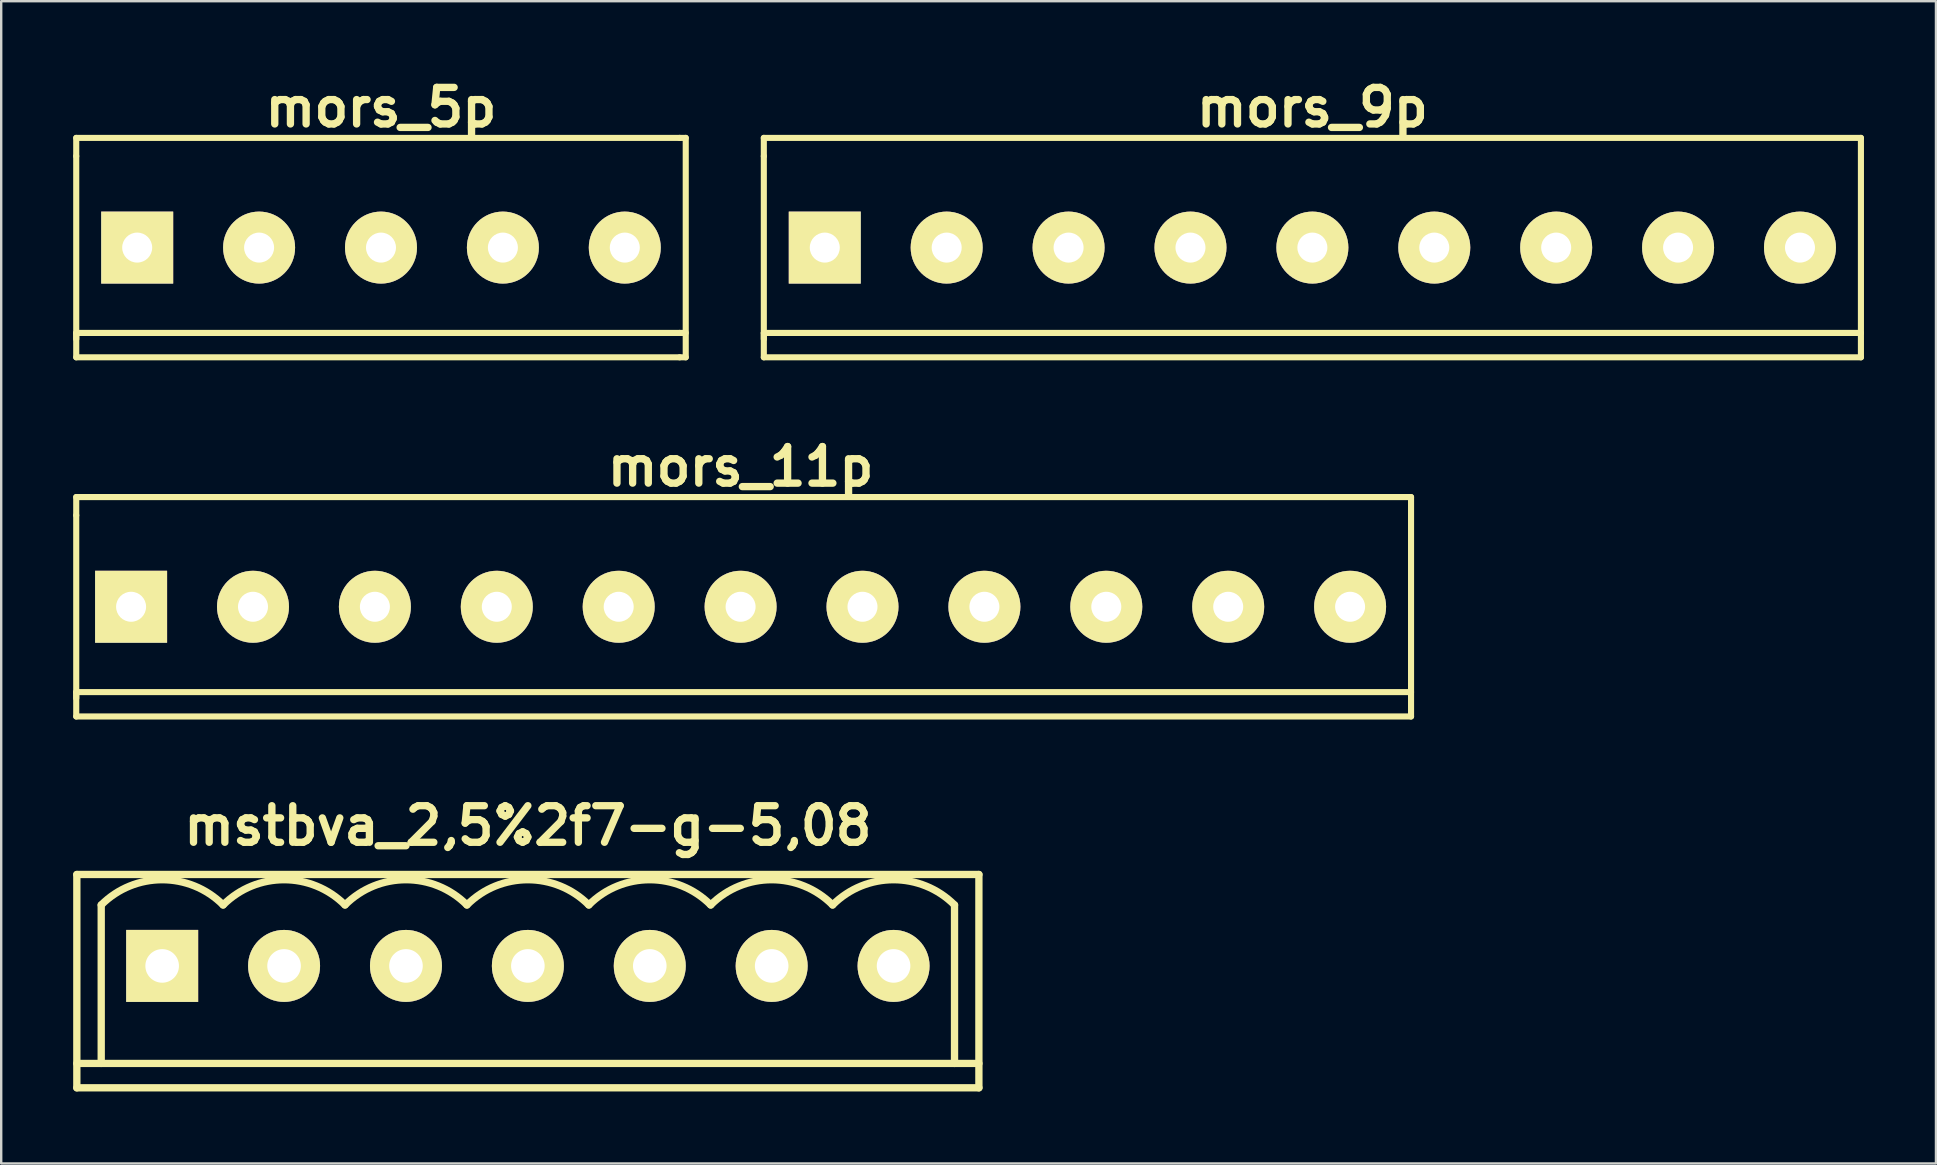
<source format=kicad_pcb>
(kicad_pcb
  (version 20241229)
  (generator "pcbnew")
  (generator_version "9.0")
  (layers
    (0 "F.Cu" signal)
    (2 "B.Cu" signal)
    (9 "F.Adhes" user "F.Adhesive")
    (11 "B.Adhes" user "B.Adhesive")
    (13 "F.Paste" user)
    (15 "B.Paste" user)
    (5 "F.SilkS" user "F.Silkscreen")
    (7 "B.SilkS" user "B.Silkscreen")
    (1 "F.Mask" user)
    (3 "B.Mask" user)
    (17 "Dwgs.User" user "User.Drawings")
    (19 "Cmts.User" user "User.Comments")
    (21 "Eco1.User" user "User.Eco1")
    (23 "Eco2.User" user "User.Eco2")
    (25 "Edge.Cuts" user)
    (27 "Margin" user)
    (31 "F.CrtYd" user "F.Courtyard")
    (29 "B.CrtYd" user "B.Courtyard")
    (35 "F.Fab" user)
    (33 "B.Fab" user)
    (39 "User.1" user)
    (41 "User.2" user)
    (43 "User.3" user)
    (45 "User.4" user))
  (footprint "mstbva_2,5%2f7-g-5,08"
    (layer "F.Cu")
    (at 18.948 37.203)
    (property "Reference" "mstbva_2,5%2f7-g-5,08" (at 0 -5.842 0) (layer "F.SilkS") (effects (font (size 1.524 1.524) (thickness 0.305))))
    (attr through_hole)
    (fp_line (start -18.796 -3.81) (end -18.796 5.08) (stroke (width 0.305) (type solid)) (layer "F.SilkS"))
    (fp_line (start -18.796 4.064) (end 18.796 4.064) (stroke (width 0.305) (type solid)) (layer "F.SilkS"))
    (fp_line (start -17.78 -2.54) (end -17.78 4.064) (stroke (width 0.305) (type solid)) (layer "F.SilkS"))
    (fp_line (start 17.78 -2.54) (end 17.78 4.064) (stroke (width 0.305) (type solid)) (layer "F.SilkS"))
    (fp_line (start 18.796 -3.81) (end -18.796 -3.81) (stroke (width 0.305) (type solid)) (layer "F.SilkS"))
    (fp_line (start 18.796 5.08) (end -18.796 5.08) (stroke (width 0.305) (type solid)) (layer "F.SilkS"))
    (fp_line (start 18.796 5.08) (end 18.796 -3.81) (stroke (width 0.305) (type solid)) (layer "F.SilkS"))
    (fp_arc (start -17.78 -2.54) (mid -15.24 -3.592102) (end -12.7 -2.54) (stroke (width 0.3048) (type solid)) (layer "F.SilkS"))
    (fp_arc (start -12.7 -2.54) (mid -10.16 -3.592102) (end -7.62 -2.54) (stroke (width 0.3048) (type solid)) (layer "F.SilkS"))
    (fp_arc (start -7.62 -2.54) (mid -5.08 -3.592102) (end -2.54 -2.54) (stroke (width 0.3048) (type solid)) (layer "F.SilkS"))
    (fp_arc (start -2.54 -2.54) (mid 0 -3.592102) (end 2.54 -2.54) (stroke (width 0.3048) (type solid)) (layer "F.SilkS"))
    (fp_arc (start 2.54 -2.54) (mid 5.08 -3.592102) (end 7.62 -2.54) (stroke (width 0.3048) (type solid)) (layer "F.SilkS"))
    (fp_arc (start 7.62 -2.54) (mid 10.16 -3.592102) (end 12.7 -2.54) (stroke (width 0.3048) (type solid)) (layer "F.SilkS"))
    (fp_arc (start 12.7 -2.54) (mid 15.24 -3.592102) (end 17.78 -2.54) (stroke (width 0.3048) (type solid)) (layer "F.SilkS"))
    (pad "1" thru_hole rect (at -15.24 0) (size 3 3) (drill 1.4) (layers "*.Cu" "*.Mask" "F.SilkS"))
    (pad "2" thru_hole circle (at -10.16 0) (size 3 3) (drill 1.4) (layers "*.Cu" "*.Mask" "F.SilkS"))
    (pad "3" thru_hole circle (at -5.08 0) (size 3 3) (drill 1.4) (layers "*.Cu" "*.Mask" "F.SilkS"))
    (pad "4" thru_hole circle (at 0 0) (size 3 3) (drill 1.4) (layers "*.Cu" "*.Mask" "F.SilkS"))
    (pad "5" thru_hole circle (at 5.08 0) (size 3 3) (drill 1.4) (layers "*.Cu" "*.Mask" "F.SilkS"))
    (pad "6" thru_hole circle (at 10.16 0) (size 3 3) (drill 1.4) (layers "*.Cu" "*.Mask" "F.SilkS"))
    (pad "7" thru_hole circle (at 15.24 0) (size 3 3) (drill 1.4) (layers "*.Cu" "*.Mask" "F.SilkS")))
  (footprint "mors_9p"
    (layer "F.Cu")
    (at 51.641 7.268)
    (property "Reference" "mors_9p" (at 0 -5.842 0) (layer "F.SilkS") (effects (font (size 1.524 1.524) (thickness 0.305))))
    (attr through_hole)
    (fp_line (start -22.86 -4.572) (end -22.86 -3.81) (stroke (width 0.254) (type solid)) (layer "F.SilkS"))
    (fp_line (start -22.86 3.81) (end -22.86 -3.81) (stroke (width 0.254) (type solid)) (layer "F.SilkS"))
    (fp_line (start -22.86 4.572) (end -22.86 3.556) (stroke (width 0.254) (type solid)) (layer "F.SilkS"))
    (fp_line (start -22.86 4.572) (end 22.86 4.572) (stroke (width 0.254) (type solid)) (layer "F.SilkS"))
    (fp_line (start 22.86 -4.572) (end -22.86 -4.572) (stroke (width 0.254) (type solid)) (layer "F.SilkS"))
    (fp_line (start 22.86 -4.572) (end 22.86 4.572) (stroke (width 0.254) (type solid)) (layer "F.SilkS"))
    (fp_line (start 22.86 3.556) (end -22.86 3.556) (stroke (width 0.254) (type solid)) (layer "F.SilkS"))
    (pad "1" thru_hole rect (at -20.32 0) (size 3 3) (drill 1.25) (layers "*.Cu" "*.Mask" "F.SilkS"))
    (pad "2" thru_hole circle (at -15.24 0) (size 3 3) (drill 1.25) (layers "*.Cu" "*.Mask" "F.SilkS"))
    (pad "3" thru_hole circle (at -10.16 0) (size 3 3) (drill 1.25) (layers "*.Cu" "*.Mask" "F.SilkS"))
    (pad "4" thru_hole circle (at -5.08 0) (size 3 3) (drill 1.25) (layers "*.Cu" "*.Mask" "F.SilkS"))
    (pad "5" thru_hole circle (at 0 0) (size 3 3) (drill 1.25) (layers "*.Cu" "*.Mask" "F.SilkS"))
    (pad "6" thru_hole circle (at 5.08 0) (size 3 3) (drill 1.25) (layers "*.Cu" "*.Mask" "F.SilkS"))
    (pad "7" thru_hole circle (at 10.16 0) (size 3 3) (drill 1.25) (layers "*.Cu" "*.Mask" "F.SilkS"))
    (pad "8" thru_hole circle (at 15.24 0) (size 3 3) (drill 1.25) (layers "*.Cu" "*.Mask" "F.SilkS"))
    (pad "9" thru_hole circle (at 20.32 0) (size 3 3) (drill 1.25) (layers "*.Cu" "*.Mask" "F.SilkS")))
  (footprint "mors_5p"
    (layer "F.Cu")
    (at 12.827 7.268)
    (property "Reference" "mors_5p" (at 0 -5.842 0) (layer "F.SilkS") (effects (font (size 1.524 1.524) (thickness 0.305))))
    (attr through_hole)
    (fp_line (start -12.7 -4.572) (end -12.7 -3.81) (stroke (width 0.254) (type solid)) (layer "F.SilkS"))
    (fp_line (start -12.7 -4.572) (end 12.446 -4.572) (stroke (width 0.254) (type solid)) (layer "F.SilkS"))
    (fp_line (start -12.7 3.81) (end -12.7 -3.81) (stroke (width 0.254) (type solid)) (layer "F.SilkS"))
    (fp_line (start -12.7 4.572) (end -12.7 3.556) (stroke (width 0.254) (type solid)) (layer "F.SilkS"))
    (fp_line (start 12.446 3.556) (end -12.7 3.556) (stroke (width 0.254) (type solid)) (layer "F.SilkS"))
    (fp_line (start 12.446 4.572) (end -12.7 4.572) (stroke (width 0.254) (type solid)) (layer "F.SilkS"))
    (fp_line (start 12.7 -4.572) (end 12.446 -4.572) (stroke (width 0.254) (type solid)) (layer "F.SilkS"))
    (fp_line (start 12.7 -4.572) (end 12.7 4.572) (stroke (width 0.254) (type solid)) (layer "F.SilkS"))
    (fp_line (start 12.7 3.556) (end 12.446 3.556) (stroke (width 0.254) (type solid)) (layer "F.SilkS"))
    (fp_line (start 12.7 4.572) (end 12.446 4.572) (stroke (width 0.254) (type solid)) (layer "F.SilkS"))
    (pad "1" thru_hole rect (at -10.16 0) (size 3 3) (drill 1.25) (layers "*.Cu" "*.Mask" "F.SilkS"))
    (pad "2" thru_hole circle (at -5.08 0) (size 3 3) (drill 1.25) (layers "*.Cu" "*.Mask" "F.SilkS"))
    (pad "3" thru_hole circle (at 0 0) (size 3 3) (drill 1.25) (layers "*.Cu" "*.Mask" "F.SilkS"))
    (pad "4" thru_hole circle (at 5.08 0) (size 3 3) (drill 1.25) (layers "*.Cu" "*.Mask" "F.SilkS"))
    (pad "5" thru_hole circle (at 10.16 0) (size 3 3) (drill 1.25) (layers "*.Cu" "*.Mask" "F.SilkS")))
  (footprint "mors_11p"
    (layer "F.Cu")
    (at 27.813 22.236)
    (property "Reference" "mors_11p" (at 0 -5.842 0) (layer "F.SilkS") (effects (font (size 1.524 1.524) (thickness 0.305))))
    (attr through_hole)
    (fp_line (start -27.686 -4.572) (end -27.686 -3.81) (stroke (width 0.254) (type solid)) (layer "F.SilkS"))
    (fp_line (start -27.686 3.81) (end -27.686 -3.81) (stroke (width 0.254) (type solid)) (layer "F.SilkS"))
    (fp_line (start -27.686 4.572) (end -27.686 3.556) (stroke (width 0.254) (type solid)) (layer "F.SilkS"))
    (fp_line (start -27.686 4.572) (end 27.94 4.572) (stroke (width 0.254) (type solid)) (layer "F.SilkS"))
    (fp_line (start 27.94 -4.572) (end -27.686 -4.572) (stroke (width 0.254) (type solid)) (layer "F.SilkS"))
    (fp_line (start 27.94 -4.572) (end 27.94 4.572) (stroke (width 0.254) (type solid)) (layer "F.SilkS"))
    (fp_line (start 27.94 3.556) (end -27.686 3.556) (stroke (width 0.254) (type solid)) (layer "F.SilkS"))
    (pad "1" thru_hole rect (at -25.4 0) (size 3 3) (drill 1.25) (layers "*.Cu" "*.Mask" "F.SilkS"))
    (pad "2" thru_hole circle (at -20.32 0) (size 3 3) (drill 1.25) (layers "*.Cu" "*.Mask" "F.SilkS"))
    (pad "3" thru_hole circle (at -15.24 0) (size 3 3) (drill 1.25) (layers "*.Cu" "*.Mask" "F.SilkS"))
    (pad "4" thru_hole circle (at -10.16 0) (size 3 3) (drill 1.25) (layers "*.Cu" "*.Mask" "F.SilkS"))
    (pad "5" thru_hole circle (at -5.08 0) (size 3 3) (drill 1.25) (layers "*.Cu" "*.Mask" "F.SilkS"))
    (pad "6" thru_hole circle (at 0 0) (size 3 3) (drill 1.25) (layers "*.Cu" "*.Mask" "F.SilkS"))
    (pad "7" thru_hole circle (at 5.08 0) (size 3 3) (drill 1.25) (layers "*.Cu" "*.Mask" "F.SilkS"))
    (pad "8" thru_hole circle (at 10.16 0) (size 3 3) (drill 1.25) (layers "*.Cu" "*.Mask" "F.SilkS"))
    (pad "9" thru_hole circle (at 15.24 0) (size 3 3) (drill 1.25) (layers "*.Cu" "*.Mask" "F.SilkS"))
    (pad "10" thru_hole circle (at 20.32 0) (size 3 3) (drill 1.25) (layers "*.Cu" "*.Mask" "F.SilkS"))
    (pad "11" thru_hole circle (at 25.4 0) (size 3 3) (drill 1.25) (layers "*.Cu" "*.Mask" "F.SilkS")))
  (gr_rect
    (start -3 -3)
    (end 77.628 45.436)
    (stroke (width 0.1) (type default))
    (fill no)
    (layer "Edge.Cuts")))
</source>
